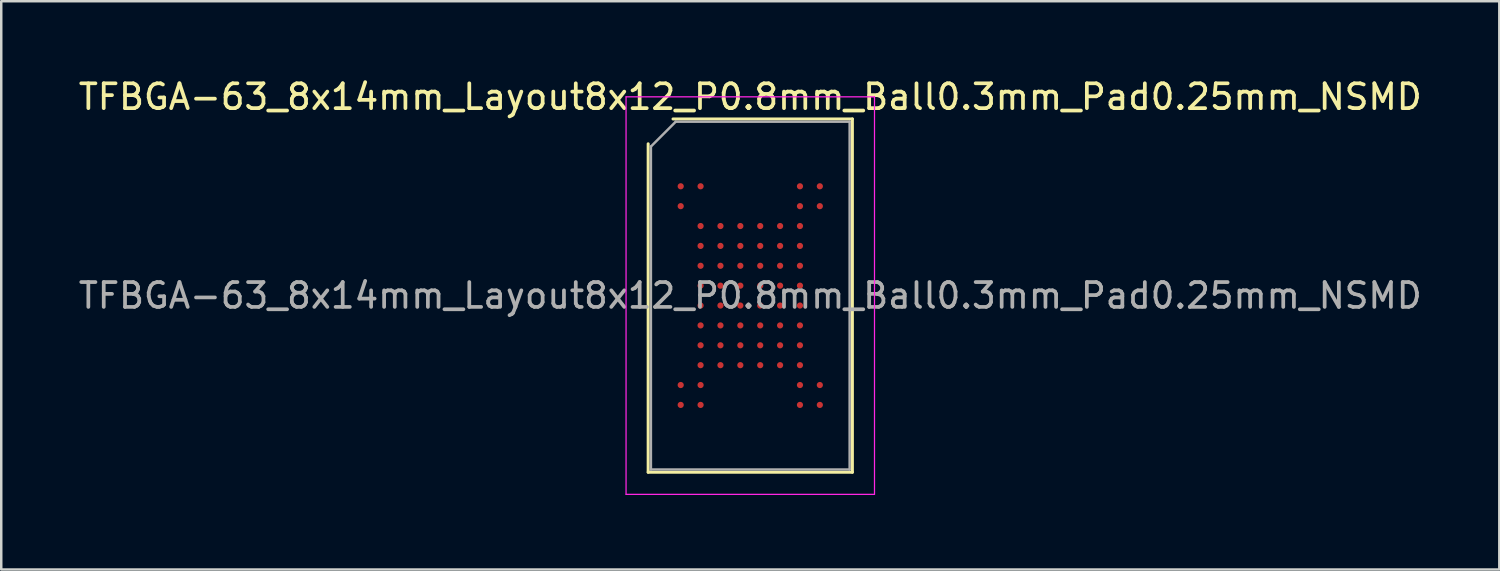
<source format=kicad_pcb>
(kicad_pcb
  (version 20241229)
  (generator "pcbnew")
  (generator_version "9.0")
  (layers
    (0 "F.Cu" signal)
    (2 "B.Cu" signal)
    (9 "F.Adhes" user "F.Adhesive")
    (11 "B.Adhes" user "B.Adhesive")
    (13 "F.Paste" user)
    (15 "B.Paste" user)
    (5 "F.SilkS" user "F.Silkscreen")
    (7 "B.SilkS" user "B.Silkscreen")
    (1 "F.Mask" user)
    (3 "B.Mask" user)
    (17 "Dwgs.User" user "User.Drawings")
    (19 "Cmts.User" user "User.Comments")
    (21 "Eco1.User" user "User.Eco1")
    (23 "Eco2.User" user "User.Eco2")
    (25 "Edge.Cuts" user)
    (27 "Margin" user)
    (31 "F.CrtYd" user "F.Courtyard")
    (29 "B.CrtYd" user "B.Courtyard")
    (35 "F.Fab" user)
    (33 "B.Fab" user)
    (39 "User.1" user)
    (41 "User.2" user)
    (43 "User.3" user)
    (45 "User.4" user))
  (footprint "TFBGA-63_8x14mm_Layout8x12_P0.8mm_Ball0.3mm_Pad0.25mm_NSMD"
    (layer "F.Cu")
    (at 27.149 8.848)
    (property "Reference" "TFBGA-63_8x14mm_Layout8x12_P0.8mm_Ball0.3mm_Pad0.25mm_NSMD" (at 0 -8 0) (layer "F.SilkS") (effects (font (size 1 1) (thickness 0.15))))
    (attr smd)
    (fp_line (start -4.11 7.11) (end -4.11 -6.11) (stroke (width 0.12) (type solid)) (layer "F.SilkS"))
    (fp_line (start -3.11 -7.11) (end 4.11 -7.11) (stroke (width 0.12) (type solid)) (layer "F.SilkS"))
    (fp_line (start 4.11 -7.11) (end 4.11 7.11) (stroke (width 0.12) (type solid)) (layer "F.SilkS"))
    (fp_line (start 4.11 7.11) (end -4.11 7.11) (stroke (width 0.12) (type solid)) (layer "F.SilkS"))
    (fp_line (start -5 -8) (end -5 8) (stroke (width 0.05) (type solid)) (layer "F.CrtYd"))
    (fp_line (start -5 8) (end 5 8) (stroke (width 0.05) (type solid)) (layer "F.CrtYd"))
    (fp_line (start 5 -8) (end -5 -8) (stroke (width 0.05) (type solid)) (layer "F.CrtYd"))
    (fp_line (start 5 8) (end 5 -8) (stroke (width 0.05) (type solid)) (layer "F.CrtYd"))
    (fp_line (start -4 -6) (end -3 -7) (stroke (width 0.1) (type solid)) (layer "F.Fab"))
    (fp_line (start -4 7) (end -4 -6) (stroke (width 0.1) (type solid)) (layer "F.Fab"))
    (fp_line (start -3 -7) (end 4 -7) (stroke (width 0.1) (type solid)) (layer "F.Fab"))
    (fp_line (start 4 -7) (end 4 7) (stroke (width 0.1) (type solid)) (layer "F.Fab"))
    (fp_line (start 4 7) (end -4 7) (stroke (width 0.1) (type solid)) (layer "F.Fab"))
    (fp_text user "${REFERENCE}" (at 0 0 0) (layer "F.Fab") (effects (font (size 1 1) (thickness 0.15))))
    (pad "A1" smd circle (at -2.8 -4.4) (size 0.25 0.25) (layers "F.Cu" "F.Mask" "F.Paste"))
    (pad "A2" smd circle (at -2 -4.4) (size 0.25 0.25) (layers "F.Cu" "F.Mask" "F.Paste"))
    (pad "A7" smd circle (at 2 -4.4) (size 0.25 0.25) (layers "F.Cu" "F.Mask" "F.Paste"))
    (pad "A8" smd circle (at 2.8 -4.4) (size 0.25 0.25) (layers "F.Cu" "F.Mask" "F.Paste"))
    (pad "B1" smd circle (at -2.8 -3.6) (size 0.25 0.25) (layers "F.Cu" "F.Mask" "F.Paste"))
    (pad "B7" smd circle (at 2 -3.6) (size 0.25 0.25) (layers "F.Cu" "F.Mask" "F.Paste"))
    (pad "B8" smd circle (at 2.8 -3.6) (size 0.25 0.25) (layers "F.Cu" "F.Mask" "F.Paste"))
    (pad "C2" smd circle (at -2 -2.8) (size 0.25 0.25) (layers "F.Cu" "F.Mask" "F.Paste"))
    (pad "C3" smd circle (at -1.2 -2.8) (size 0.25 0.25) (layers "F.Cu" "F.Mask" "F.Paste"))
    (pad "C4" smd circle (at -0.4 -2.8) (size 0.25 0.25) (layers "F.Cu" "F.Mask" "F.Paste"))
    (pad "C5" smd circle (at 0.4 -2.8) (size 0.25 0.25) (layers "F.Cu" "F.Mask" "F.Paste"))
    (pad "C6" smd circle (at 1.2 -2.8) (size 0.25 0.25) (layers "F.Cu" "F.Mask" "F.Paste"))
    (pad "C7" smd circle (at 2 -2.8) (size 0.25 0.25) (layers "F.Cu" "F.Mask" "F.Paste"))
    (pad "D2" smd circle (at -2 -2) (size 0.25 0.25) (layers "F.Cu" "F.Mask" "F.Paste"))
    (pad "D3" smd circle (at -1.2 -2) (size 0.25 0.25) (layers "F.Cu" "F.Mask" "F.Paste"))
    (pad "D4" smd circle (at -0.4 -2) (size 0.25 0.25) (layers "F.Cu" "F.Mask" "F.Paste"))
    (pad "D5" smd circle (at 0.4 -2) (size 0.25 0.25) (layers "F.Cu" "F.Mask" "F.Paste"))
    (pad "D6" smd circle (at 1.2 -2) (size 0.25 0.25) (layers "F.Cu" "F.Mask" "F.Paste"))
    (pad "D7" smd circle (at 2 -2) (size 0.25 0.25) (layers "F.Cu" "F.Mask" "F.Paste"))
    (pad "E2" smd circle (at -2 -1.2) (size 0.25 0.25) (layers "F.Cu" "F.Mask" "F.Paste"))
    (pad "E3" smd circle (at -1.2 -1.2) (size 0.25 0.25) (layers "F.Cu" "F.Mask" "F.Paste"))
    (pad "E4" smd circle (at -0.4 -1.2) (size 0.25 0.25) (layers "F.Cu" "F.Mask" "F.Paste"))
    (pad "E5" smd circle (at 0.4 -1.2) (size 0.25 0.25) (layers "F.Cu" "F.Mask" "F.Paste"))
    (pad "E6" smd circle (at 1.2 -1.2) (size 0.25 0.25) (layers "F.Cu" "F.Mask" "F.Paste"))
    (pad "E7" smd circle (at 2 -1.2) (size 0.25 0.25) (layers "F.Cu" "F.Mask" "F.Paste"))
    (pad "F2" smd circle (at -2 -0.4) (size 0.25 0.25) (layers "F.Cu" "F.Mask" "F.Paste"))
    (pad "F3" smd circle (at -1.2 -0.4) (size 0.25 0.25) (layers "F.Cu" "F.Mask" "F.Paste"))
    (pad "F4" smd circle (at -0.4 -0.4) (size 0.25 0.25) (layers "F.Cu" "F.Mask" "F.Paste"))
    (pad "F5" smd circle (at 0.4 -0.4) (size 0.25 0.25) (layers "F.Cu" "F.Mask" "F.Paste"))
    (pad "F6" smd circle (at 1.2 -0.4) (size 0.25 0.25) (layers "F.Cu" "F.Mask" "F.Paste"))
    (pad "F7" smd circle (at 2 -0.4) (size 0.25 0.25) (layers "F.Cu" "F.Mask" "F.Paste"))
    (pad "G2" smd circle (at -2 0.4) (size 0.25 0.25) (layers "F.Cu" "F.Mask" "F.Paste"))
    (pad "G3" smd circle (at -1.2 0.4) (size 0.25 0.25) (layers "F.Cu" "F.Mask" "F.Paste"))
    (pad "G4" smd circle (at -0.4 0.4) (size 0.25 0.25) (layers "F.Cu" "F.Mask" "F.Paste"))
    (pad "G5" smd circle (at 0.4 0.4) (size 0.25 0.25) (layers "F.Cu" "F.Mask" "F.Paste"))
    (pad "G6" smd circle (at 1.2 0.4) (size 0.25 0.25) (layers "F.Cu" "F.Mask" "F.Paste"))
    (pad "G7" smd circle (at 2 0.4) (size 0.25 0.25) (layers "F.Cu" "F.Mask" "F.Paste"))
    (pad "H2" smd circle (at -2 1.2) (size 0.25 0.25) (layers "F.Cu" "F.Mask" "F.Paste"))
    (pad "H3" smd circle (at -1.2 1.2) (size 0.25 0.25) (layers "F.Cu" "F.Mask" "F.Paste"))
    (pad "H4" smd circle (at -0.4 1.2) (size 0.25 0.25) (layers "F.Cu" "F.Mask" "F.Paste"))
    (pad "H5" smd circle (at 0.4 1.2) (size 0.25 0.25) (layers "F.Cu" "F.Mask" "F.Paste"))
    (pad "H6" smd circle (at 1.2 1.2) (size 0.25 0.25) (layers "F.Cu" "F.Mask" "F.Paste"))
    (pad "H7" smd circle (at 2 1.2) (size 0.25 0.25) (layers "F.Cu" "F.Mask" "F.Paste"))
    (pad "J2" smd circle (at -2 2) (size 0.25 0.25) (layers "F.Cu" "F.Mask" "F.Paste"))
    (pad "J3" smd circle (at -1.2 2) (size 0.25 0.25) (layers "F.Cu" "F.Mask" "F.Paste"))
    (pad "J4" smd circle (at -0.4 2) (size 0.25 0.25) (layers "F.Cu" "F.Mask" "F.Paste"))
    (pad "J5" smd circle (at 0.4 2) (size 0.25 0.25) (layers "F.Cu" "F.Mask" "F.Paste"))
    (pad "J6" smd circle (at 1.2 2) (size 0.25 0.25) (layers "F.Cu" "F.Mask" "F.Paste"))
    (pad "J7" smd circle (at 2 2) (size 0.25 0.25) (layers "F.Cu" "F.Mask" "F.Paste"))
    (pad "K2" smd circle (at -2 2.8) (size 0.25 0.25) (layers "F.Cu" "F.Mask" "F.Paste"))
    (pad "K3" smd circle (at -1.2 2.8) (size 0.25 0.25) (layers "F.Cu" "F.Mask" "F.Paste"))
    (pad "K4" smd circle (at -0.4 2.8) (size 0.25 0.25) (layers "F.Cu" "F.Mask" "F.Paste"))
    (pad "K5" smd circle (at 0.4 2.8) (size 0.25 0.25) (layers "F.Cu" "F.Mask" "F.Paste"))
    (pad "K6" smd circle (at 1.2 2.8) (size 0.25 0.25) (layers "F.Cu" "F.Mask" "F.Paste"))
    (pad "K7" smd circle (at 2 2.8) (size 0.25 0.25) (layers "F.Cu" "F.Mask" "F.Paste"))
    (pad "L1" smd circle (at -2.8 3.6) (size 0.25 0.25) (layers "F.Cu" "F.Mask" "F.Paste"))
    (pad "L2" smd circle (at -2 3.6) (size 0.25 0.25) (layers "F.Cu" "F.Mask" "F.Paste"))
    (pad "L7" smd circle (at 2 3.6) (size 0.25 0.25) (layers "F.Cu" "F.Mask" "F.Paste"))
    (pad "L8" smd circle (at 2.8 3.6) (size 0.25 0.25) (layers "F.Cu" "F.Mask" "F.Paste"))
    (pad "M1" smd circle (at -2.8 4.4) (size 0.25 0.25) (layers "F.Cu" "F.Mask" "F.Paste"))
    (pad "M2" smd circle (at -2 4.4) (size 0.25 0.25) (layers "F.Cu" "F.Mask" "F.Paste"))
    (pad "M7" smd circle (at 2 4.4) (size 0.25 0.25) (layers "F.Cu" "F.Mask" "F.Paste"))
    (pad "M8" smd circle (at 2.8 4.4) (size 0.25 0.25) (layers "F.Cu" "F.Mask" "F.Paste")))
  (gr_rect
    (start -3 -3)
    (end 57.298 19.873)
    (stroke (width 0.1) (type default))
    (fill no)
    (layer "Edge.Cuts")))
</source>
